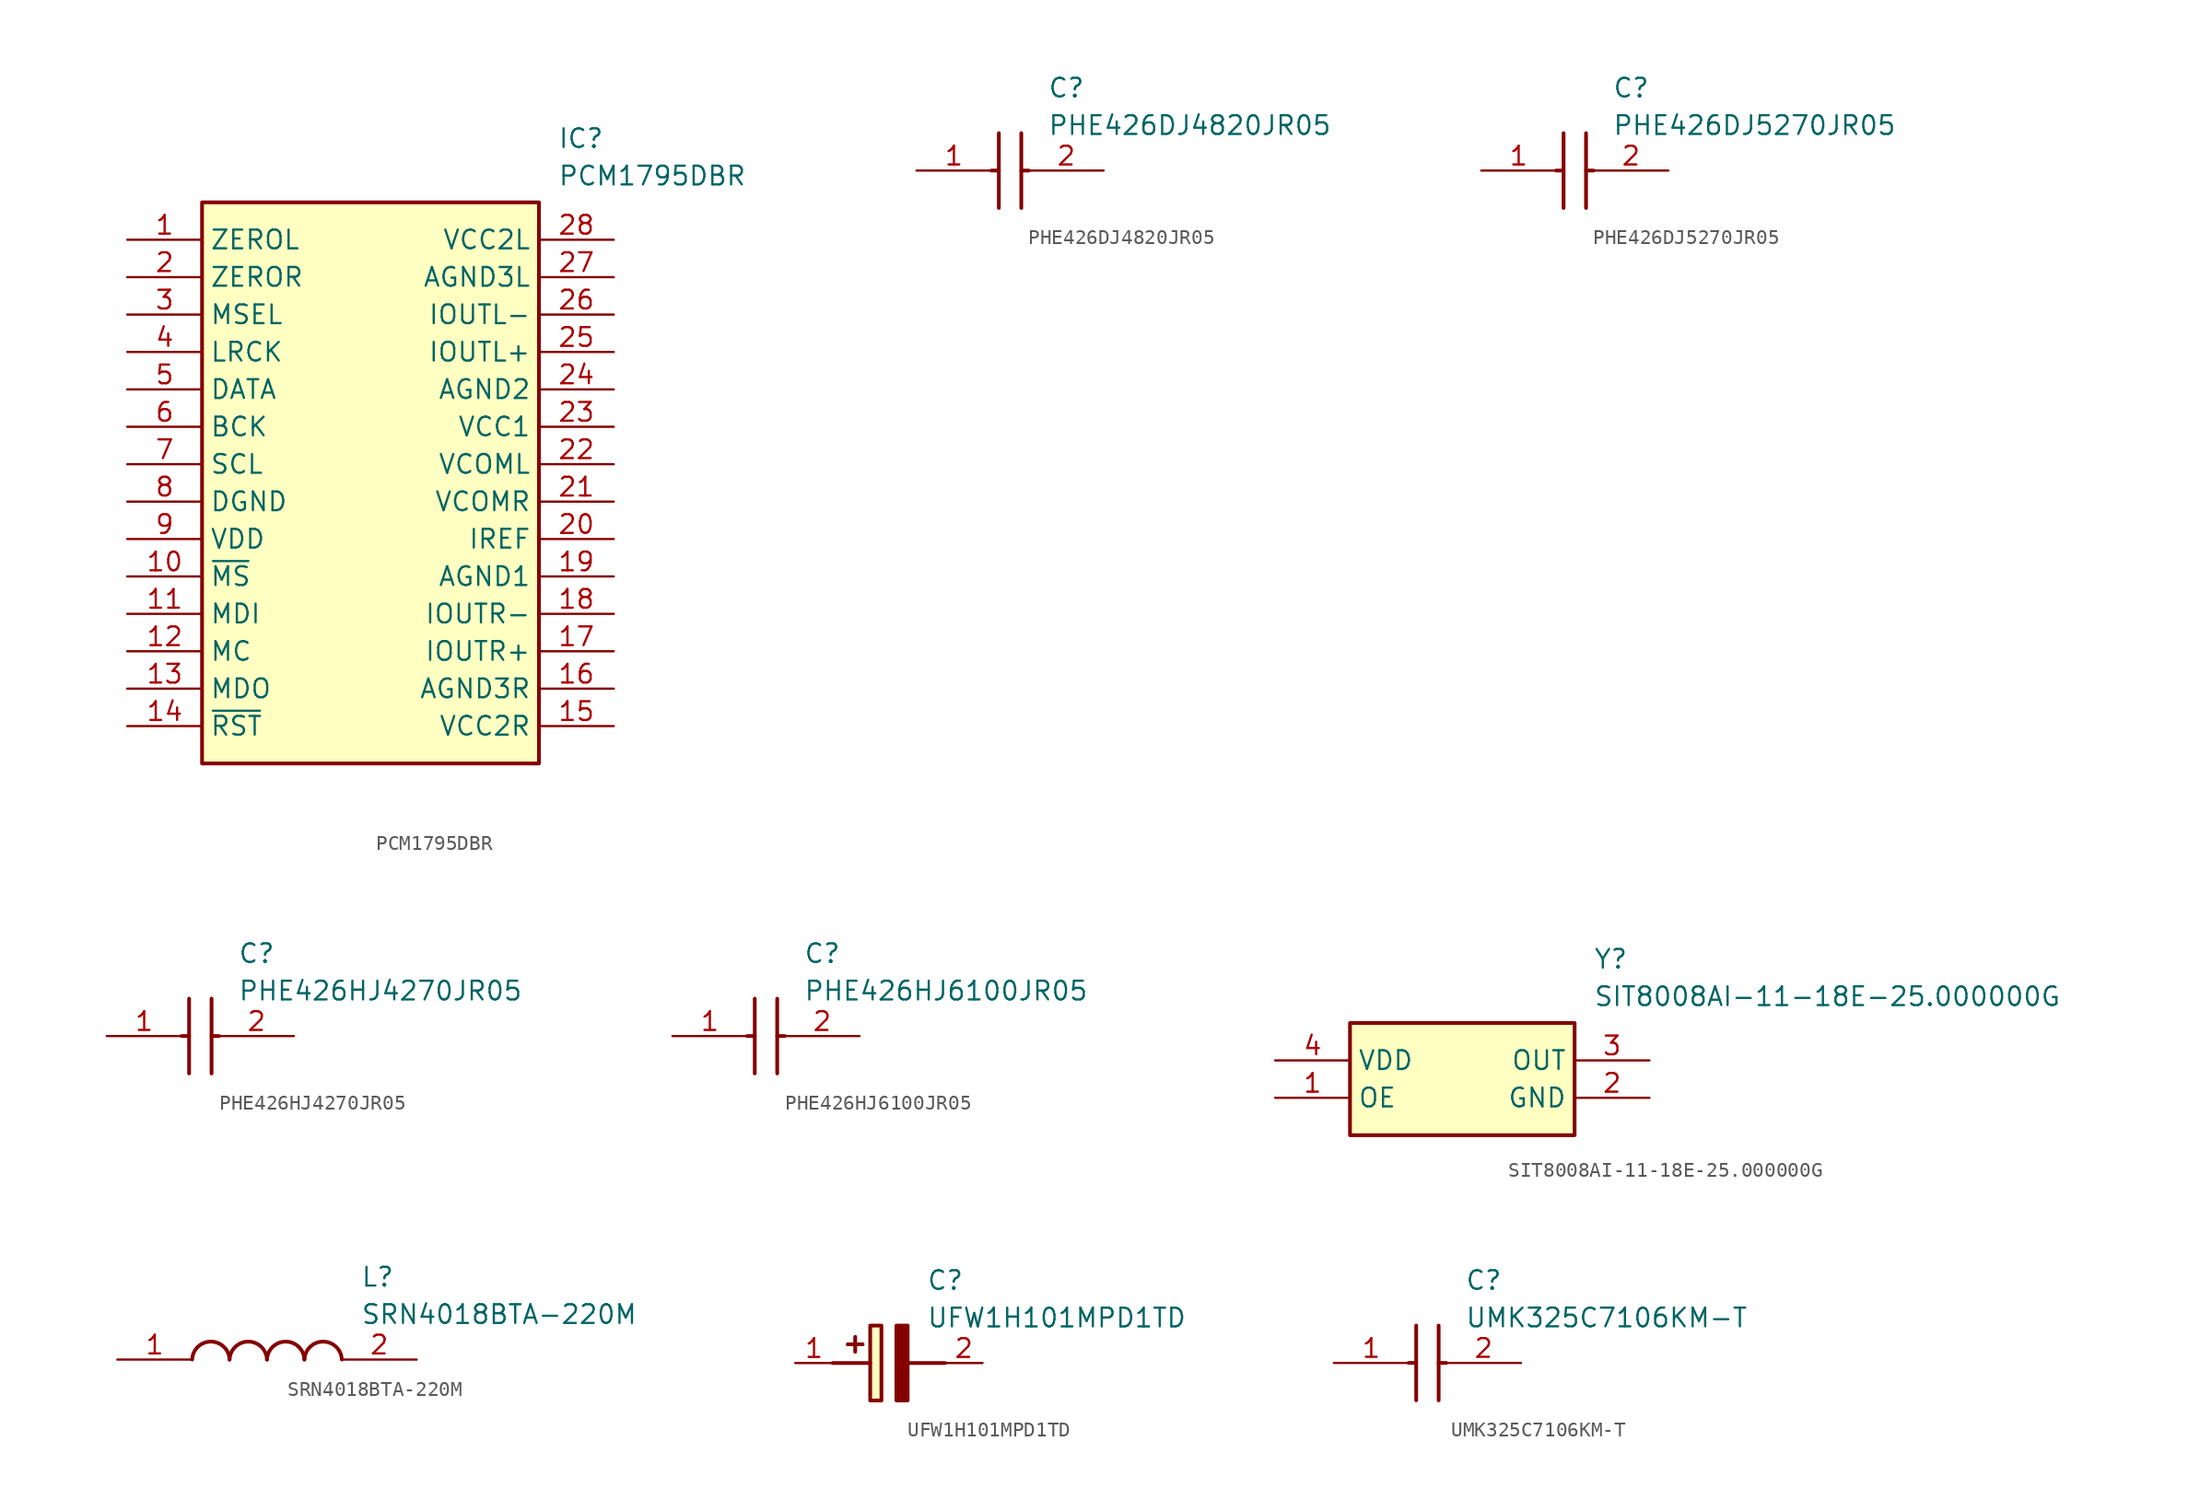
<source format=kicad_sym>
(kicad_symbol_lib
  (version 20241209)
  (generator "kicad_symbol_editor")
  (generator_version "9.0")
  (symbol "PCM1795DBR"
    (property "Reference" "IC"
      (at 29.21 7.62 0)
      (effects (font (size 1.27 1.27)) (justify left top)))
    (property "Value" "PCM1795DBR"
      (at 29.21 5.08 0)
      (effects (font (size 1.27 1.27)) (justify left top)))
    (symbol "PCM1795DBR_1_1"
      (rectangle (start 5.08 2.54) (end 27.94 -35.56) (stroke (width 0.254) (type default)) (fill (type background)))
      (pin passive line (at 0 0 0) (length 5.08) (name "ZEROL" (effects (font (size 1.27 1.27)))) (number "1" (effects (font (size 1.27 1.27)))))
      (pin passive line (at 0 -2.54 0) (length 5.08) (name "ZEROR" (effects (font (size 1.27 1.27)))) (number "2" (effects (font (size 1.27 1.27)))))
      (pin passive line (at 0 -5.08 0) (length 5.08) (name "MSEL" (effects (font (size 1.27 1.27)))) (number "3" (effects (font (size 1.27 1.27)))))
      (pin passive line (at 0 -7.62 0) (length 5.08) (name "LRCK" (effects (font (size 1.27 1.27)))) (number "4" (effects (font (size 1.27 1.27)))))
      (pin passive line (at 0 -10.16 0) (length 5.08) (name "DATA" (effects (font (size 1.27 1.27)))) (number "5" (effects (font (size 1.27 1.27)))))
      (pin passive line (at 0 -12.7 0) (length 5.08) (name "BCK" (effects (font (size 1.27 1.27)))) (number "6" (effects (font (size 1.27 1.27)))))
      (pin passive line (at 0 -15.24 0) (length 5.08) (name "SCL" (effects (font (size 1.27 1.27)))) (number "7" (effects (font (size 1.27 1.27)))))
      (pin passive line (at 0 -17.78 0) (length 5.08) (name "DGND" (effects (font (size 1.27 1.27)))) (number "8" (effects (font (size 1.27 1.27)))))
      (pin passive line (at 0 -20.32 0) (length 5.08) (name "VDD" (effects (font (size 1.27 1.27)))) (number "9" (effects (font (size 1.27 1.27)))))
      (pin passive line (at 0 -22.86 0) (length 5.08) (name "~{MS}" (effects (font (size 1.27 1.27)))) (number "10" (effects (font (size 1.27 1.27)))))
      (pin passive line (at 0 -25.4 0) (length 5.08) (name "MDI" (effects (font (size 1.27 1.27)))) (number "11" (effects (font (size 1.27 1.27)))))
      (pin passive line (at 0 -27.94 0) (length 5.08) (name "MC" (effects (font (size 1.27 1.27)))) (number "12" (effects (font (size 1.27 1.27)))))
      (pin passive line (at 0 -30.48 0) (length 5.08) (name "MDO" (effects (font (size 1.27 1.27)))) (number "13" (effects (font (size 1.27 1.27)))))
      (pin passive line (at 0 -33.02 0) (length 5.08) (name "~{RST}" (effects (font (size 1.27 1.27)))) (number "14" (effects (font (size 1.27 1.27)))))
      (pin passive line (at 33.02 0 180) (length 5.08) (name "VCC2L" (effects (font (size 1.27 1.27)))) (number "28" (effects (font (size 1.27 1.27)))))
      (pin passive line (at 33.02 -2.54 180) (length 5.08) (name "AGND3L" (effects (font (size 1.27 1.27)))) (number "27" (effects (font (size 1.27 1.27)))))
      (pin passive line (at 33.02 -5.08 180) (length 5.08) (name "IOUTL-" (effects (font (size 1.27 1.27)))) (number "26" (effects (font (size 1.27 1.27)))))
      (pin passive line (at 33.02 -7.62 180) (length 5.08) (name "IOUTL+" (effects (font (size 1.27 1.27)))) (number "25" (effects (font (size 1.27 1.27)))))
      (pin passive line (at 33.02 -10.16 180) (length 5.08) (name "AGND2" (effects (font (size 1.27 1.27)))) (number "24" (effects (font (size 1.27 1.27)))))
      (pin passive line (at 33.02 -12.7 180) (length 5.08) (name "VCC1" (effects (font (size 1.27 1.27)))) (number "23" (effects (font (size 1.27 1.27)))))
      (pin passive line (at 33.02 -15.24 180) (length 5.08) (name "VCOML" (effects (font (size 1.27 1.27)))) (number "22" (effects (font (size 1.27 1.27)))))
      (pin passive line (at 33.02 -17.78 180) (length 5.08) (name "VCOMR" (effects (font (size 1.27 1.27)))) (number "21" (effects (font (size 1.27 1.27)))))
      (pin passive line (at 33.02 -20.32 180) (length 5.08) (name "IREF" (effects (font (size 1.27 1.27)))) (number "20" (effects (font (size 1.27 1.27)))))
      (pin passive line (at 33.02 -22.86 180) (length 5.08) (name "AGND1" (effects (font (size 1.27 1.27)))) (number "19" (effects (font (size 1.27 1.27)))))
      (pin passive line (at 33.02 -25.4 180) (length 5.08) (name "IOUTR-" (effects (font (size 1.27 1.27)))) (number "18" (effects (font (size 1.27 1.27)))))
      (pin passive line (at 33.02 -27.94 180) (length 5.08) (name "IOUTR+" (effects (font (size 1.27 1.27)))) (number "17" (effects (font (size 1.27 1.27)))))
      (pin passive line (at 33.02 -30.48 180) (length 5.08) (name "AGND3R" (effects (font (size 1.27 1.27)))) (number "16" (effects (font (size 1.27 1.27)))))
      (pin passive line (at 33.02 -33.02 180) (length 5.08) (name "VCC2R" (effects (font (size 1.27 1.27)))) (number "15" (effects (font (size 1.27 1.27)))))))
  (symbol "PHE426DJ4820JR05"
    (pin_names
      (hide yes))
    (property "Reference" "C"
      (at 8.89 6.35 0)
      (effects (font (size 1.27 1.27)) (justify left top)))
    (property "Value" "PHE426DJ4820JR05"
      (at 8.89 3.81 0)
      (effects (font (size 1.27 1.27)) (justify left top)))
    (symbol "PHE426DJ4820JR05_1_1"
      (polyline (pts (xy 5.08 0) (xy 5.588 0)) (stroke (width 0.254) (type default)) (fill (type none)))
      (polyline (pts (xy 5.588 2.54) (xy 5.588 -2.54)) (stroke (width 0.254) (type default)) (fill (type none)))
      (polyline (pts (xy 7.112 2.54) (xy 7.112 -2.54)) (stroke (width 0.254) (type default)) (fill (type none)))
      (polyline (pts (xy 7.112 0) (xy 7.62 0)) (stroke (width 0.254) (type default)) (fill (type none)))
      (pin passive line (at 0 0 0) (length 5.08) (name "1" (effects (font (size 1.27 1.27)))) (number "1" (effects (font (size 1.27 1.27)))))
      (pin passive line (at 12.7 0 180) (length 5.08) (name "2" (effects (font (size 1.27 1.27)))) (number "2" (effects (font (size 1.27 1.27)))))))
  (symbol "PHE426DJ5270JR05"
    (pin_names
      (hide yes))
    (property "Reference" "C"
      (at 8.89 6.35 0)
      (effects (font (size 1.27 1.27)) (justify left top)))
    (property "Value" "PHE426DJ5270JR05"
      (at 8.89 3.81 0)
      (effects (font (size 1.27 1.27)) (justify left top)))
    (symbol "PHE426DJ5270JR05_1_1"
      (polyline (pts (xy 5.08 0) (xy 5.588 0)) (stroke (width 0.254) (type default)) (fill (type none)))
      (polyline (pts (xy 5.588 2.54) (xy 5.588 -2.54)) (stroke (width 0.254) (type default)) (fill (type none)))
      (polyline (pts (xy 7.112 2.54) (xy 7.112 -2.54)) (stroke (width 0.254) (type default)) (fill (type none)))
      (polyline (pts (xy 7.112 0) (xy 7.62 0)) (stroke (width 0.254) (type default)) (fill (type none)))
      (pin passive line (at 0 0 0) (length 5.08) (name "1" (effects (font (size 1.27 1.27)))) (number "1" (effects (font (size 1.27 1.27)))))
      (pin passive line (at 12.7 0 180) (length 5.08) (name "2" (effects (font (size 1.27 1.27)))) (number "2" (effects (font (size 1.27 1.27)))))))
  (symbol "PHE426HJ4270JR05"
    (pin_names
      (hide yes))
    (property "Reference" "C"
      (at 8.89 6.35 0)
      (effects (font (size 1.27 1.27)) (justify left top)))
    (property "Value" "PHE426HJ4270JR05"
      (at 8.89 3.81 0)
      (effects (font (size 1.27 1.27)) (justify left top)))
    (symbol "PHE426HJ4270JR05_1_1"
      (polyline (pts (xy 5.08 0) (xy 5.588 0)) (stroke (width 0.254) (type default)) (fill (type none)))
      (polyline (pts (xy 5.588 2.54) (xy 5.588 -2.54)) (stroke (width 0.254) (type default)) (fill (type none)))
      (polyline (pts (xy 7.112 2.54) (xy 7.112 -2.54)) (stroke (width 0.254) (type default)) (fill (type none)))
      (polyline (pts (xy 7.112 0) (xy 7.62 0)) (stroke (width 0.254) (type default)) (fill (type none)))
      (pin passive line (at 0 0 0) (length 5.08) (name "1" (effects (font (size 1.27 1.27)))) (number "1" (effects (font (size 1.27 1.27)))))
      (pin passive line (at 12.7 0 180) (length 5.08) (name "2" (effects (font (size 1.27 1.27)))) (number "2" (effects (font (size 1.27 1.27)))))))
  (symbol "PHE426HJ6100JR05"
    (pin_names
      (hide yes))
    (property "Reference" "C"
      (at 8.89 6.35 0)
      (effects (font (size 1.27 1.27)) (justify left top)))
    (property "Value" "PHE426HJ6100JR05"
      (at 8.89 3.81 0)
      (effects (font (size 1.27 1.27)) (justify left top)))
    (symbol "PHE426HJ6100JR05_1_1"
      (polyline (pts (xy 5.08 0) (xy 5.588 0)) (stroke (width 0.254) (type default)) (fill (type none)))
      (polyline (pts (xy 5.588 2.54) (xy 5.588 -2.54)) (stroke (width 0.254) (type default)) (fill (type none)))
      (polyline (pts (xy 7.112 2.54) (xy 7.112 -2.54)) (stroke (width 0.254) (type default)) (fill (type none)))
      (polyline (pts (xy 7.112 0) (xy 7.62 0)) (stroke (width 0.254) (type default)) (fill (type none)))
      (pin passive line (at 0 0 0) (length 5.08) (name "1" (effects (font (size 1.27 1.27)))) (number "1" (effects (font (size 1.27 1.27)))))
      (pin passive line (at 12.7 0 180) (length 5.08) (name "2" (effects (font (size 1.27 1.27)))) (number "2" (effects (font (size 1.27 1.27)))))))
  (symbol "SIT8008AI-11-18E-25.000000G"
    (property "Reference" "Y"
      (at 21.59 7.62 0)
      (effects (font (size 1.27 1.27)) (justify left top)))
    (property "Value" "SIT8008AI-11-18E-25.000000G"
      (at 21.59 5.08 0)
      (effects (font (size 1.27 1.27)) (justify left top)))
    (rectangle
      (start 5.08 2.54)
      (end 20.32 -5.08)
      (stroke (width 0.254) (type default))
      (fill (type background)))
    (pin passive line
      (at 0 -2.54 0)
      (length 5.08)
      (name "OE" (effects (font (size 1.27 1.27))))
      (number "1" (effects (font (size 1.27 1.27)))))
    (pin passive line
      (at 25.4 -2.54 180)
      (length 5.08)
      (name "GND" (effects (font (size 1.27 1.27))))
      (number "2" (effects (font (size 1.27 1.27)))))
    (pin passive line
      (at 25.4 0 180)
      (length 5.08)
      (name "OUT" (effects (font (size 1.27 1.27))))
      (number "3" (effects (font (size 1.27 1.27)))))
    (pin passive line
      (at 0 0 0)
      (length 5.08)
      (name "VDD" (effects (font (size 1.27 1.27))))
      (number "4" (effects (font (size 1.27 1.27))))))
  (symbol "SRN4018BTA-220M"
    (pin_names hide)
    (property "Reference" "L"
      (at 16.51 6.35 0)
      (effects (font (size 1.27 1.27)) (justify left top)))
    (property "Value" "SRN4018BTA-220M"
      (at 16.51 3.81 0)
      (effects (font (size 1.27 1.27)) (justify left top)))
    (arc
      (start 7.62 0)
      (mid 6.35 1.219)
      (end 5.08 0)
      (stroke (width 0.254) (type default))
      (fill (type none)))
    (arc
      (start 10.16 0)
      (mid 8.89 1.219)
      (end 7.62 0)
      (stroke (width 0.254) (type default))
      (fill (type none)))
    (arc
      (start 12.7 0)
      (mid 11.43 1.219)
      (end 10.16 0)
      (stroke (width 0.254) (type default))
      (fill (type none)))
    (arc
      (start 15.24 0)
      (mid 13.97 1.219)
      (end 12.7 0)
      (stroke (width 0.254) (type default))
      (fill (type none)))
    (pin passive line
      (at 0 0 0)
      (length 5.08)
      (name "1" (effects (font (size 1.27 1.27))))
      (number "1" (effects (font (size 1.27 1.27)))))
    (pin passive line
      (at 20.32 0 180)
      (length 5.08)
      (name "2" (effects (font (size 1.27 1.27))))
      (number "2" (effects (font (size 1.27 1.27))))))
  (symbol "UFW1H101MPD1TD"
    (pin_names hide)
    (property "Reference" "C"
      (at 8.89 6.35 0)
      (effects (font (size 1.27 1.27)) (justify left top)))
    (property "Value" "UFW1H101MPD1TD"
      (at 8.89 3.81 0)
      (effects (font (size 1.27 1.27)) (justify left top)))
    (rectangle
      (start 5.08 2.54)
      (end 5.842 -2.54)
      (stroke (width 0.254) (type default))
      (fill (type background)))
    (polyline
      (pts (xy 4.572 1.27) (xy 3.556 1.27))
      (stroke (width 0.254) (type default))
      (fill (type none)))
    (polyline
      (pts (xy 4.064 1.778) (xy 4.064 0.762))
      (stroke (width 0.254) (type default))
      (fill (type none)))
    (polyline
      (pts (xy 2.54 0) (xy 5.08 0))
      (stroke (width 0.254) (type default))
      (fill (type none)))
    (polyline
      (pts (xy 7.62 0) (xy 10.16 0))
      (stroke (width 0.254) (type default))
      (fill (type none)))
    (polyline
      (pts (xy 7.62 2.54) (xy 7.62 -2.54) (xy 6.858 -2.54) (xy 6.858 2.54) (xy 7.62 2.54))
      (stroke (width 0.254) (type default))
      (fill (type outline)))
    (pin passive line
      (at 0 0 0)
      (length 2.54)
      (name "+" (effects (font (size 1.27 1.27))))
      (number "1" (effects (font (size 1.27 1.27)))))
    (pin passive line
      (at 12.7 0 180)
      (length 2.54)
      (name "-" (effects (font (size 1.27 1.27))))
      (number "2" (effects (font (size 1.27 1.27))))))
  (symbol "UMK325C7106KM-T"
    (pin_names hide)
    (property "Reference" "C"
      (at 8.89 6.35 0)
      (effects (font (size 1.27 1.27)) (justify left top)))
    (property "Value" "UMK325C7106KM-T"
      (at 8.89 3.81 0)
      (effects (font (size 1.27 1.27)) (justify left top)))
    (polyline
      (pts (xy 5.588 2.54) (xy 5.588 -2.54))
      (stroke (width 0.254) (type default))
      (fill (type none)))
    (polyline
      (pts (xy 7.112 2.54) (xy 7.112 -2.54))
      (stroke (width 0.254) (type default))
      (fill (type none)))
    (polyline
      (pts (xy 5.08 0) (xy 5.588 0))
      (stroke (width 0.254) (type default))
      (fill (type none)))
    (polyline
      (pts (xy 7.112 0) (xy 7.62 0))
      (stroke (width 0.254) (type default))
      (fill (type none)))
    (pin passive line
      (at 0 0 0)
      (length 5.08)
      (name "1" (effects (font (size 1.27 1.27))))
      (number "1" (effects (font (size 1.27 1.27)))))
    (pin passive line
      (at 12.7 0 180)
      (length 5.08)
      (name "2" (effects (font (size 1.27 1.27))))
      (number "2" (effects (font (size 1.27 1.27)))))))
</source>
